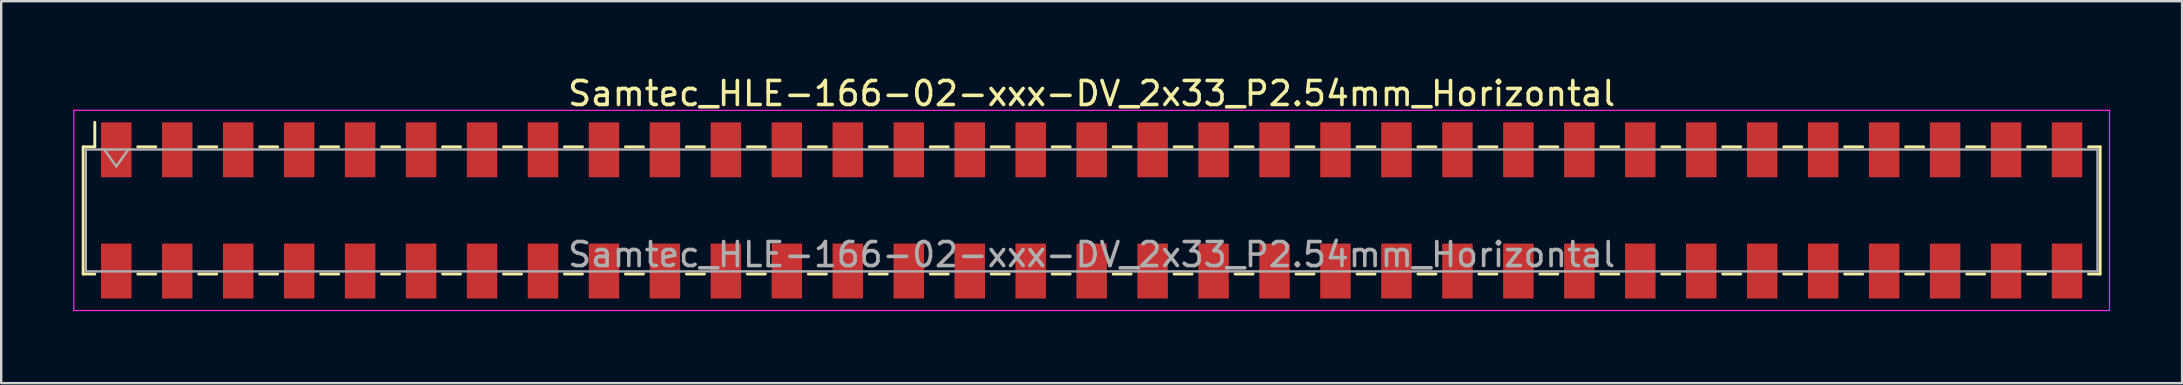
<source format=kicad_pcb>
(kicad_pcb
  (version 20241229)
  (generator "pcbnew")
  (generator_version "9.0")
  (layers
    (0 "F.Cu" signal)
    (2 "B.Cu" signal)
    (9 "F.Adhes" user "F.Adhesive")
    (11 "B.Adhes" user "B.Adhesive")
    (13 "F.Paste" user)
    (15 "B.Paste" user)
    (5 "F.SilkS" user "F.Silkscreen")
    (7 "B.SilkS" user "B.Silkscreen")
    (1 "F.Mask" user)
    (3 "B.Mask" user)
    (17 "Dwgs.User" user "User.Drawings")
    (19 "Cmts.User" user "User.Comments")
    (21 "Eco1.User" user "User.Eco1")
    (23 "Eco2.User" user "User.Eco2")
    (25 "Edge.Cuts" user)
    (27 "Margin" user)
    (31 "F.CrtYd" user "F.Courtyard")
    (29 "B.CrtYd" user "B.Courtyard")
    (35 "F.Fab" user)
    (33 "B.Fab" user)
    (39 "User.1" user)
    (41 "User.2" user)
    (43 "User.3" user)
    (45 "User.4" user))
  (footprint "Samtec_HLE-166-02-xxx-DV_2x33_P2.54mm_Horizontal"
    (layer "F.Cu")
    (at 42.435 5.718)
    (property "Reference" "Samtec_HLE-166-02-xxx-DV_2x33_P2.54mm_Horizontal" (at 0 -4.87 0) (layer "F.SilkS") (effects (font (size 1 1) (thickness 0.15))))
    (attr smd)
    (fp_line (start -42.02 -2.65) (end -42.02 2.65) (stroke (width 0.12) (type solid)) (layer "F.SilkS"))
    (fp_line (start -42.02 2.65) (end -41.535 2.65) (stroke (width 0.12) (type solid)) (layer "F.SilkS"))
    (fp_line (start -41.535 -3.67) (end -41.535 -2.65) (stroke (width 0.12) (type solid)) (layer "F.SilkS"))
    (fp_line (start -41.535 -2.65) (end -42.02 -2.65) (stroke (width 0.12) (type solid)) (layer "F.SilkS"))
    (fp_line (start -39.745 -2.65) (end -38.995 -2.65) (stroke (width 0.12) (type solid)) (layer "F.SilkS"))
    (fp_line (start -39.745 2.65) (end -38.995 2.65) (stroke (width 0.12) (type solid)) (layer "F.SilkS"))
    (fp_line (start -37.205 -2.65) (end -36.455 -2.65) (stroke (width 0.12) (type solid)) (layer "F.SilkS"))
    (fp_line (start -37.205 2.65) (end -36.455 2.65) (stroke (width 0.12) (type solid)) (layer "F.SilkS"))
    (fp_line (start -34.665 -2.65) (end -33.915 -2.65) (stroke (width 0.12) (type solid)) (layer "F.SilkS"))
    (fp_line (start -34.665 2.65) (end -33.915 2.65) (stroke (width 0.12) (type solid)) (layer "F.SilkS"))
    (fp_line (start -32.125 -2.65) (end -31.375 -2.65) (stroke (width 0.12) (type solid)) (layer "F.SilkS"))
    (fp_line (start -32.125 2.65) (end -31.375 2.65) (stroke (width 0.12) (type solid)) (layer "F.SilkS"))
    (fp_line (start -29.585 -2.65) (end -28.835 -2.65) (stroke (width 0.12) (type solid)) (layer "F.SilkS"))
    (fp_line (start -29.585 2.65) (end -28.835 2.65) (stroke (width 0.12) (type solid)) (layer "F.SilkS"))
    (fp_line (start -27.045 -2.65) (end -26.295 -2.65) (stroke (width 0.12) (type solid)) (layer "F.SilkS"))
    (fp_line (start -27.045 2.65) (end -26.295 2.65) (stroke (width 0.12) (type solid)) (layer "F.SilkS"))
    (fp_line (start -24.505 -2.65) (end -23.755 -2.65) (stroke (width 0.12) (type solid)) (layer "F.SilkS"))
    (fp_line (start -24.505 2.65) (end -23.755 2.65) (stroke (width 0.12) (type solid)) (layer "F.SilkS"))
    (fp_line (start -21.965 -2.65) (end -21.215 -2.65) (stroke (width 0.12) (type solid)) (layer "F.SilkS"))
    (fp_line (start -21.965 2.65) (end -21.215 2.65) (stroke (width 0.12) (type solid)) (layer "F.SilkS"))
    (fp_line (start -19.425 -2.65) (end -18.675 -2.65) (stroke (width 0.12) (type solid)) (layer "F.SilkS"))
    (fp_line (start -19.425 2.65) (end -18.675 2.65) (stroke (width 0.12) (type solid)) (layer "F.SilkS"))
    (fp_line (start -16.885 -2.65) (end -16.135 -2.65) (stroke (width 0.12) (type solid)) (layer "F.SilkS"))
    (fp_line (start -16.885 2.65) (end -16.135 2.65) (stroke (width 0.12) (type solid)) (layer "F.SilkS"))
    (fp_line (start -14.345 -2.65) (end -13.595 -2.65) (stroke (width 0.12) (type solid)) (layer "F.SilkS"))
    (fp_line (start -14.345 2.65) (end -13.595 2.65) (stroke (width 0.12) (type solid)) (layer "F.SilkS"))
    (fp_line (start -11.805 -2.65) (end -11.055 -2.65) (stroke (width 0.12) (type solid)) (layer "F.SilkS"))
    (fp_line (start -11.805 2.65) (end -11.055 2.65) (stroke (width 0.12) (type solid)) (layer "F.SilkS"))
    (fp_line (start -9.265 -2.65) (end -8.515 -2.65) (stroke (width 0.12) (type solid)) (layer "F.SilkS"))
    (fp_line (start -9.265 2.65) (end -8.515 2.65) (stroke (width 0.12) (type solid)) (layer "F.SilkS"))
    (fp_line (start -6.725 -2.65) (end -5.975 -2.65) (stroke (width 0.12) (type solid)) (layer "F.SilkS"))
    (fp_line (start -6.725 2.65) (end -5.975 2.65) (stroke (width 0.12) (type solid)) (layer "F.SilkS"))
    (fp_line (start -4.185 -2.65) (end -3.435 -2.65) (stroke (width 0.12) (type solid)) (layer "F.SilkS"))
    (fp_line (start -4.185 2.65) (end -3.435 2.65) (stroke (width 0.12) (type solid)) (layer "F.SilkS"))
    (fp_line (start -1.645 -2.65) (end -0.895 -2.65) (stroke (width 0.12) (type solid)) (layer "F.SilkS"))
    (fp_line (start -1.645 2.65) (end -0.895 2.65) (stroke (width 0.12) (type solid)) (layer "F.SilkS"))
    (fp_line (start 0.895 -2.65) (end 1.645 -2.65) (stroke (width 0.12) (type solid)) (layer "F.SilkS"))
    (fp_line (start 0.895 2.65) (end 1.645 2.65) (stroke (width 0.12) (type solid)) (layer "F.SilkS"))
    (fp_line (start 3.435 -2.65) (end 4.185 -2.65) (stroke (width 0.12) (type solid)) (layer "F.SilkS"))
    (fp_line (start 3.435 2.65) (end 4.185 2.65) (stroke (width 0.12) (type solid)) (layer "F.SilkS"))
    (fp_line (start 5.975 -2.65) (end 6.725 -2.65) (stroke (width 0.12) (type solid)) (layer "F.SilkS"))
    (fp_line (start 5.975 2.65) (end 6.725 2.65) (stroke (width 0.12) (type solid)) (layer "F.SilkS"))
    (fp_line (start 8.515 -2.65) (end 9.265 -2.65) (stroke (width 0.12) (type solid)) (layer "F.SilkS"))
    (fp_line (start 8.515 2.65) (end 9.265 2.65) (stroke (width 0.12) (type solid)) (layer "F.SilkS"))
    (fp_line (start 11.055 -2.65) (end 11.805 -2.65) (stroke (width 0.12) (type solid)) (layer "F.SilkS"))
    (fp_line (start 11.055 2.65) (end 11.805 2.65) (stroke (width 0.12) (type solid)) (layer "F.SilkS"))
    (fp_line (start 13.595 -2.65) (end 14.345 -2.65) (stroke (width 0.12) (type solid)) (layer "F.SilkS"))
    (fp_line (start 13.595 2.65) (end 14.345 2.65) (stroke (width 0.12) (type solid)) (layer "F.SilkS"))
    (fp_line (start 16.135 -2.65) (end 16.885 -2.65) (stroke (width 0.12) (type solid)) (layer "F.SilkS"))
    (fp_line (start 16.135 2.65) (end 16.885 2.65) (stroke (width 0.12) (type solid)) (layer "F.SilkS"))
    (fp_line (start 18.675 -2.65) (end 19.425 -2.65) (stroke (width 0.12) (type solid)) (layer "F.SilkS"))
    (fp_line (start 18.675 2.65) (end 19.425 2.65) (stroke (width 0.12) (type solid)) (layer "F.SilkS"))
    (fp_line (start 21.215 -2.65) (end 21.965 -2.65) (stroke (width 0.12) (type solid)) (layer "F.SilkS"))
    (fp_line (start 21.215 2.65) (end 21.965 2.65) (stroke (width 0.12) (type solid)) (layer "F.SilkS"))
    (fp_line (start 23.755 -2.65) (end 24.505 -2.65) (stroke (width 0.12) (type solid)) (layer "F.SilkS"))
    (fp_line (start 23.755 2.65) (end 24.505 2.65) (stroke (width 0.12) (type solid)) (layer "F.SilkS"))
    (fp_line (start 26.295 -2.65) (end 27.045 -2.65) (stroke (width 0.12) (type solid)) (layer "F.SilkS"))
    (fp_line (start 26.295 2.65) (end 27.045 2.65) (stroke (width 0.12) (type solid)) (layer "F.SilkS"))
    (fp_line (start 28.835 -2.65) (end 29.585 -2.65) (stroke (width 0.12) (type solid)) (layer "F.SilkS"))
    (fp_line (start 28.835 2.65) (end 29.585 2.65) (stroke (width 0.12) (type solid)) (layer "F.SilkS"))
    (fp_line (start 31.375 -2.65) (end 32.125 -2.65) (stroke (width 0.12) (type solid)) (layer "F.SilkS"))
    (fp_line (start 31.375 2.65) (end 32.125 2.65) (stroke (width 0.12) (type solid)) (layer "F.SilkS"))
    (fp_line (start 33.915 -2.65) (end 34.665 -2.65) (stroke (width 0.12) (type solid)) (layer "F.SilkS"))
    (fp_line (start 33.915 2.65) (end 34.665 2.65) (stroke (width 0.12) (type solid)) (layer "F.SilkS"))
    (fp_line (start 36.455 -2.65) (end 37.205 -2.65) (stroke (width 0.12) (type solid)) (layer "F.SilkS"))
    (fp_line (start 36.455 2.65) (end 37.205 2.65) (stroke (width 0.12) (type solid)) (layer "F.SilkS"))
    (fp_line (start 38.995 -2.65) (end 39.745 -2.65) (stroke (width 0.12) (type solid)) (layer "F.SilkS"))
    (fp_line (start 38.995 2.65) (end 39.745 2.65) (stroke (width 0.12) (type solid)) (layer "F.SilkS"))
    (fp_line (start 41.535 -2.65) (end 42.02 -2.65) (stroke (width 0.12) (type solid)) (layer "F.SilkS"))
    (fp_line (start 42.02 -2.65) (end 42.02 2.65) (stroke (width 0.12) (type solid)) (layer "F.SilkS"))
    (fp_line (start 42.02 2.65) (end 41.535 2.65) (stroke (width 0.12) (type solid)) (layer "F.SilkS"))
    (fp_line (start -42.41 -4.17) (end 42.41 -4.17) (stroke (width 0.05) (type solid)) (layer "F.CrtYd"))
    (fp_line (start -42.41 4.17) (end -42.41 -4.17) (stroke (width 0.05) (type solid)) (layer "F.CrtYd"))
    (fp_line (start 42.41 -4.17) (end 42.41 4.17) (stroke (width 0.05) (type solid)) (layer "F.CrtYd"))
    (fp_line (start 42.41 4.17) (end -42.41 4.17) (stroke (width 0.05) (type solid)) (layer "F.CrtYd"))
    (fp_line (start -41.91 -2.54) (end 41.91 -2.54) (stroke (width 0.1) (type solid)) (layer "F.Fab"))
    (fp_line (start -41.91 2.54) (end -41.91 -2.54) (stroke (width 0.1) (type solid)) (layer "F.Fab"))
    (fp_line (start -41.14 -2.54) (end -40.64 -1.833) (stroke (width 0.1) (type solid)) (layer "F.Fab"))
    (fp_line (start -40.64 -1.833) (end -40.14 -2.54) (stroke (width 0.1) (type solid)) (layer "F.Fab"))
    (fp_line (start 41.91 -2.54) (end 41.91 2.54) (stroke (width 0.1) (type solid)) (layer "F.Fab"))
    (fp_line (start 41.91 2.54) (end -41.91 2.54) (stroke (width 0.1) (type solid)) (layer "F.Fab"))
    (fp_text user "${REFERENCE}" (at 0 1.84 0) (layer "F.Fab") (effects (font (size 1 1) (thickness 0.15))))
    (pad "1" smd rect (at -40.64 -2.525) (size 1.27 2.29) (layers "F.Cu" "F.Mask" "F.Paste"))
    (pad "2" smd rect (at -40.64 2.525) (size 1.27 2.29) (layers "F.Cu" "F.Mask" "F.Paste"))
    (pad "3" smd rect (at -38.1 -2.525) (size 1.27 2.29) (layers "F.Cu" "F.Mask" "F.Paste"))
    (pad "4" smd rect (at -38.1 2.525) (size 1.27 2.29) (layers "F.Cu" "F.Mask" "F.Paste"))
    (pad "5" smd rect (at -35.56 -2.525) (size 1.27 2.29) (layers "F.Cu" "F.Mask" "F.Paste"))
    (pad "6" smd rect (at -35.56 2.525) (size 1.27 2.29) (layers "F.Cu" "F.Mask" "F.Paste"))
    (pad "7" smd rect (at -33.02 -2.525) (size 1.27 2.29) (layers "F.Cu" "F.Mask" "F.Paste"))
    (pad "8" smd rect (at -33.02 2.525) (size 1.27 2.29) (layers "F.Cu" "F.Mask" "F.Paste"))
    (pad "9" smd rect (at -30.48 -2.525) (size 1.27 2.29) (layers "F.Cu" "F.Mask" "F.Paste"))
    (pad "10" smd rect (at -30.48 2.525) (size 1.27 2.29) (layers "F.Cu" "F.Mask" "F.Paste"))
    (pad "11" smd rect (at -27.94 -2.525) (size 1.27 2.29) (layers "F.Cu" "F.Mask" "F.Paste"))
    (pad "12" smd rect (at -27.94 2.525) (size 1.27 2.29) (layers "F.Cu" "F.Mask" "F.Paste"))
    (pad "13" smd rect (at -25.4 -2.525) (size 1.27 2.29) (layers "F.Cu" "F.Mask" "F.Paste"))
    (pad "14" smd rect (at -25.4 2.525) (size 1.27 2.29) (layers "F.Cu" "F.Mask" "F.Paste"))
    (pad "15" smd rect (at -22.86 -2.525) (size 1.27 2.29) (layers "F.Cu" "F.Mask" "F.Paste"))
    (pad "16" smd rect (at -22.86 2.525) (size 1.27 2.29) (layers "F.Cu" "F.Mask" "F.Paste"))
    (pad "17" smd rect (at -20.32 -2.525) (size 1.27 2.29) (layers "F.Cu" "F.Mask" "F.Paste"))
    (pad "18" smd rect (at -20.32 2.525) (size 1.27 2.29) (layers "F.Cu" "F.Mask" "F.Paste"))
    (pad "19" smd rect (at -17.78 -2.525) (size 1.27 2.29) (layers "F.Cu" "F.Mask" "F.Paste"))
    (pad "20" smd rect (at -17.78 2.525) (size 1.27 2.29) (layers "F.Cu" "F.Mask" "F.Paste"))
    (pad "21" smd rect (at -15.24 -2.525) (size 1.27 2.29) (layers "F.Cu" "F.Mask" "F.Paste"))
    (pad "22" smd rect (at -15.24 2.525) (size 1.27 2.29) (layers "F.Cu" "F.Mask" "F.Paste"))
    (pad "23" smd rect (at -12.7 -2.525) (size 1.27 2.29) (layers "F.Cu" "F.Mask" "F.Paste"))
    (pad "24" smd rect (at -12.7 2.525) (size 1.27 2.29) (layers "F.Cu" "F.Mask" "F.Paste"))
    (pad "25" smd rect (at -10.16 -2.525) (size 1.27 2.29) (layers "F.Cu" "F.Mask" "F.Paste"))
    (pad "26" smd rect (at -10.16 2.525) (size 1.27 2.29) (layers "F.Cu" "F.Mask" "F.Paste"))
    (pad "27" smd rect (at -7.62 -2.525) (size 1.27 2.29) (layers "F.Cu" "F.Mask" "F.Paste"))
    (pad "28" smd rect (at -7.62 2.525) (size 1.27 2.29) (layers "F.Cu" "F.Mask" "F.Paste"))
    (pad "29" smd rect (at -5.08 -2.525) (size 1.27 2.29) (layers "F.Cu" "F.Mask" "F.Paste"))
    (pad "30" smd rect (at -5.08 2.525) (size 1.27 2.29) (layers "F.Cu" "F.Mask" "F.Paste"))
    (pad "31" smd rect (at -2.54 -2.525) (size 1.27 2.29) (layers "F.Cu" "F.Mask" "F.Paste"))
    (pad "32" smd rect (at -2.54 2.525) (size 1.27 2.29) (layers "F.Cu" "F.Mask" "F.Paste"))
    (pad "33" smd rect (at 0 -2.525) (size 1.27 2.29) (layers "F.Cu" "F.Mask" "F.Paste"))
    (pad "34" smd rect (at 0 2.525) (size 1.27 2.29) (layers "F.Cu" "F.Mask" "F.Paste"))
    (pad "35" smd rect (at 2.54 -2.525) (size 1.27 2.29) (layers "F.Cu" "F.Mask" "F.Paste"))
    (pad "36" smd rect (at 2.54 2.525) (size 1.27 2.29) (layers "F.Cu" "F.Mask" "F.Paste"))
    (pad "37" smd rect (at 5.08 -2.525) (size 1.27 2.29) (layers "F.Cu" "F.Mask" "F.Paste"))
    (pad "38" smd rect (at 5.08 2.525) (size 1.27 2.29) (layers "F.Cu" "F.Mask" "F.Paste"))
    (pad "39" smd rect (at 7.62 -2.525) (size 1.27 2.29) (layers "F.Cu" "F.Mask" "F.Paste"))
    (pad "40" smd rect (at 7.62 2.525) (size 1.27 2.29) (layers "F.Cu" "F.Mask" "F.Paste"))
    (pad "41" smd rect (at 10.16 -2.525) (size 1.27 2.29) (layers "F.Cu" "F.Mask" "F.Paste"))
    (pad "42" smd rect (at 10.16 2.525) (size 1.27 2.29) (layers "F.Cu" "F.Mask" "F.Paste"))
    (pad "43" smd rect (at 12.7 -2.525) (size 1.27 2.29) (layers "F.Cu" "F.Mask" "F.Paste"))
    (pad "44" smd rect (at 12.7 2.525) (size 1.27 2.29) (layers "F.Cu" "F.Mask" "F.Paste"))
    (pad "45" smd rect (at 15.24 -2.525) (size 1.27 2.29) (layers "F.Cu" "F.Mask" "F.Paste"))
    (pad "46" smd rect (at 15.24 2.525) (size 1.27 2.29) (layers "F.Cu" "F.Mask" "F.Paste"))
    (pad "47" smd rect (at 17.78 -2.525) (size 1.27 2.29) (layers "F.Cu" "F.Mask" "F.Paste"))
    (pad "48" smd rect (at 17.78 2.525) (size 1.27 2.29) (layers "F.Cu" "F.Mask" "F.Paste"))
    (pad "49" smd rect (at 20.32 -2.525) (size 1.27 2.29) (layers "F.Cu" "F.Mask" "F.Paste"))
    (pad "50" smd rect (at 20.32 2.525) (size 1.27 2.29) (layers "F.Cu" "F.Mask" "F.Paste"))
    (pad "51" smd rect (at 22.86 -2.525) (size 1.27 2.29) (layers "F.Cu" "F.Mask" "F.Paste"))
    (pad "52" smd rect (at 22.86 2.525) (size 1.27 2.29) (layers "F.Cu" "F.Mask" "F.Paste"))
    (pad "53" smd rect (at 25.4 -2.525) (size 1.27 2.29) (layers "F.Cu" "F.Mask" "F.Paste"))
    (pad "54" smd rect (at 25.4 2.525) (size 1.27 2.29) (layers "F.Cu" "F.Mask" "F.Paste"))
    (pad "55" smd rect (at 27.94 -2.525) (size 1.27 2.29) (layers "F.Cu" "F.Mask" "F.Paste"))
    (pad "56" smd rect (at 27.94 2.525) (size 1.27 2.29) (layers "F.Cu" "F.Mask" "F.Paste"))
    (pad "57" smd rect (at 30.48 -2.525) (size 1.27 2.29) (layers "F.Cu" "F.Mask" "F.Paste"))
    (pad "58" smd rect (at 30.48 2.525) (size 1.27 2.29) (layers "F.Cu" "F.Mask" "F.Paste"))
    (pad "59" smd rect (at 33.02 -2.525) (size 1.27 2.29) (layers "F.Cu" "F.Mask" "F.Paste"))
    (pad "60" smd rect (at 33.02 2.525) (size 1.27 2.29) (layers "F.Cu" "F.Mask" "F.Paste"))
    (pad "61" smd rect (at 35.56 -2.525) (size 1.27 2.29) (layers "F.Cu" "F.Mask" "F.Paste"))
    (pad "62" smd rect (at 35.56 2.525) (size 1.27 2.29) (layers "F.Cu" "F.Mask" "F.Paste"))
    (pad "63" smd rect (at 38.1 -2.525) (size 1.27 2.29) (layers "F.Cu" "F.Mask" "F.Paste"))
    (pad "64" smd rect (at 38.1 2.525) (size 1.27 2.29) (layers "F.Cu" "F.Mask" "F.Paste"))
    (pad "65" smd rect (at 40.64 -2.525) (size 1.27 2.29) (layers "F.Cu" "F.Mask" "F.Paste"))
    (pad "66" smd rect (at 40.64 2.525) (size 1.27 2.29) (layers "F.Cu" "F.Mask" "F.Paste")))
  (gr_rect
    (start -3 -3)
    (end 87.87 12.913)
    (stroke (width 0.1) (type default))
    (fill no)
    (layer "Edge.Cuts")))
</source>
